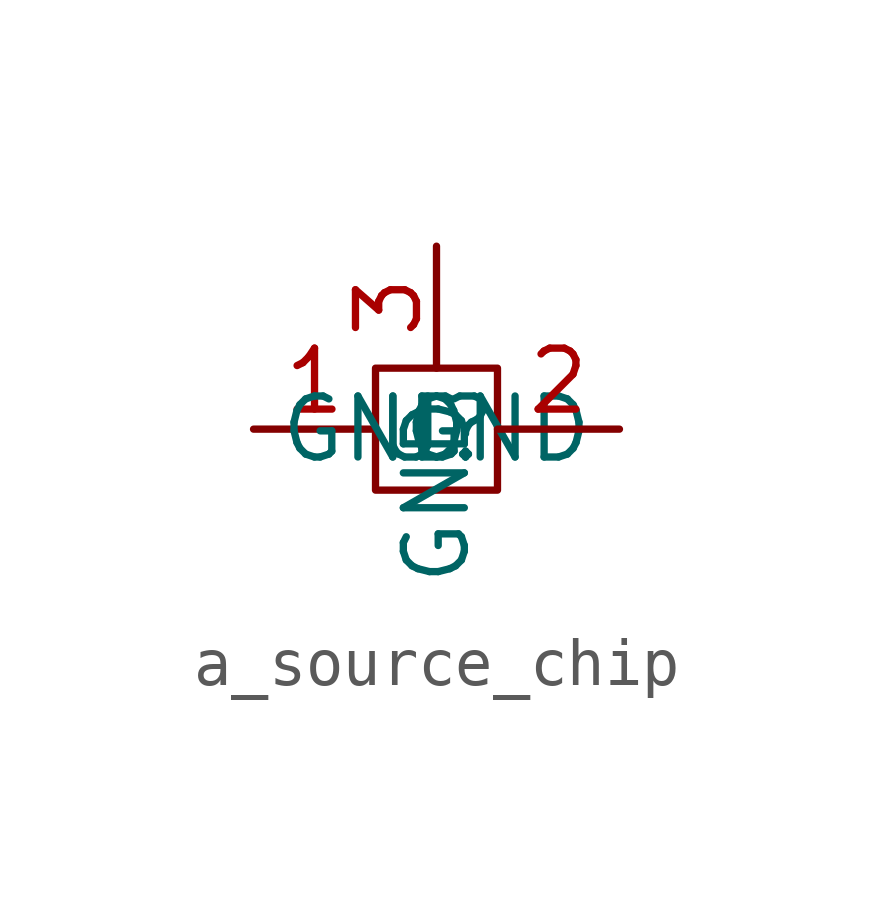
<source format=kicad_sym>
(kicad_symbol_lib
  (version 20220914)
  (generator kicad_symbol_editor)
  (symbol "a_source_chip"
    (property "Reference" "U"
      (at 0 0 0)
      (effects (font (size 1.27 1.27))))
    (property "Value" ""
      (at 0 0 0)
      (effects (font (size 1.27 1.27))))
    (symbol "a_source_chip_0_1"
      (rectangle (start -1.27 1.27) (end 1.27 -1.27) (stroke (width 0) (type default)) (fill (type none))))
    (symbol "a_source_chip_1_1"
      (pin input line (at -3.81 0 0) (length 2.54) (name "GND" (effects (font (size 1.27 1.27)))) (number "1" (effects (font (size 1.27 1.27)))))
      (pin input line (at 3.81 0 180) (length 2.54) (name "GND" (effects (font (size 1.27 1.27)))) (number "2" (effects (font (size 1.27 1.27)))))
      (pin input line (at 0 3.81 270) (length 2.54) (name "GND" (effects (font (size 1.27 1.27)))) (number "3" (effects (font (size 1.27 1.27))))))))
</source>
